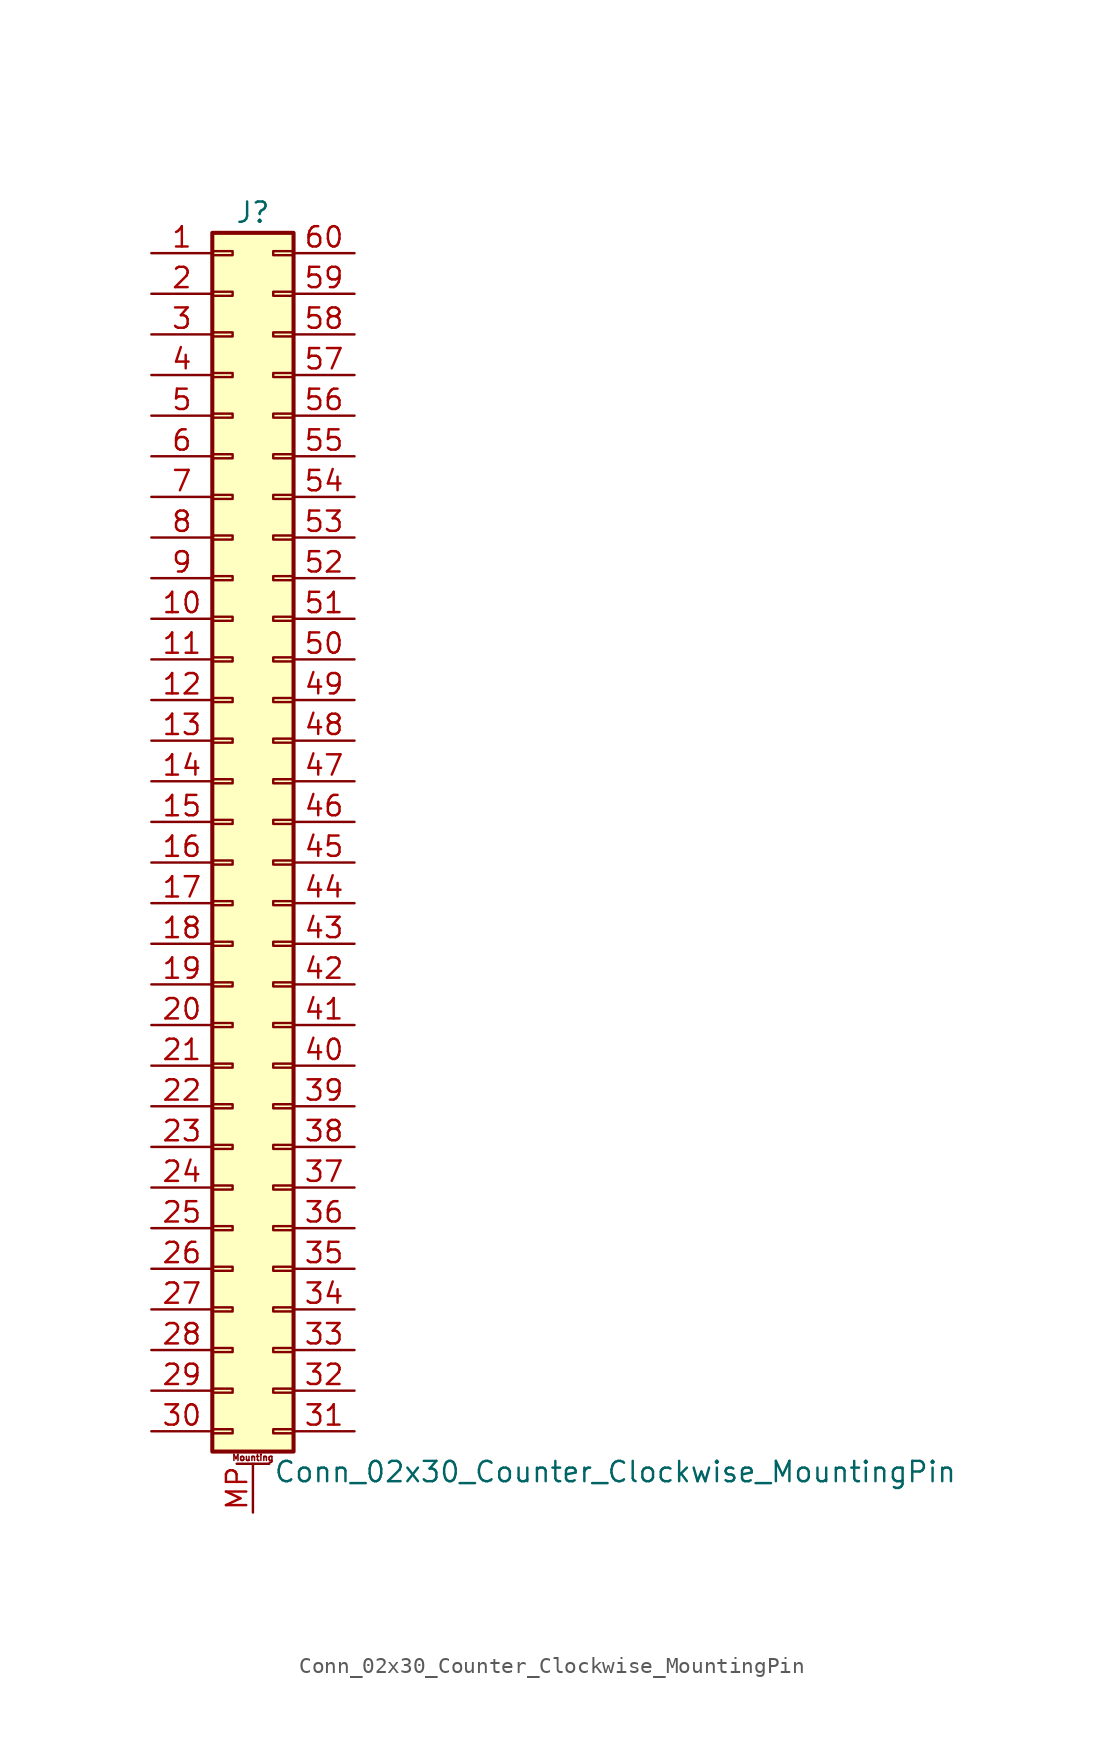
<source format=kicad_sym>
(kicad_symbol_lib
  (version 20201005)
  (generator kicad_symbol_editor)
  (symbol "Conn_02x30_Counter_Clockwise_MountingPin"
    (pin_names
      (offset 1.016) hide)
    (property "Reference" "J"
      (at 1.27 38.1 0)
      (effects (font (size 1.27 1.27))))
    (property "Value" "Conn_02x30_Counter_Clockwise_MountingPin"
      (at 2.54 -40.64 0)
      (effects (font (size 1.27 1.27)) (justify left)))
    (symbol "Conn_02x30_Counter_Clockwise_MountingPin_1_1"
      (text "Mounting" (at 1.27 -39.751 0) (effects (font (size 0.381 0.381))))
      (rectangle (start -1.27 -37.973) (end 0 -38.227) (stroke (width 0.152)) (fill (type none)))
      (rectangle (start -1.27 -35.433) (end 0 -35.687) (stroke (width 0.152)) (fill (type none)))
      (rectangle (start -1.27 -32.893) (end 0 -33.147) (stroke (width 0.152)) (fill (type none)))
      (rectangle (start -1.27 -30.353) (end 0 -30.607) (stroke (width 0.152)) (fill (type none)))
      (rectangle (start -1.27 -27.813) (end 0 -28.067) (stroke (width 0.152)) (fill (type none)))
      (rectangle (start -1.27 -25.273) (end 0 -25.527) (stroke (width 0.152)) (fill (type none)))
      (rectangle (start -1.27 -22.733) (end 0 -22.987) (stroke (width 0.152)) (fill (type none)))
      (rectangle (start -1.27 -20.193) (end 0 -20.447) (stroke (width 0.152)) (fill (type none)))
      (rectangle (start -1.27 -17.653) (end 0 -17.907) (stroke (width 0.152)) (fill (type none)))
      (rectangle (start -1.27 -15.113) (end 0 -15.367) (stroke (width 0.152)) (fill (type none)))
      (rectangle (start -1.27 -12.573) (end 0 -12.827) (stroke (width 0.152)) (fill (type none)))
      (rectangle (start -1.27 -10.033) (end 0 -10.287) (stroke (width 0.152)) (fill (type none)))
      (rectangle (start -1.27 -7.493) (end 0 -7.747) (stroke (width 0.152)) (fill (type none)))
      (rectangle (start -1.27 -4.953) (end 0 -5.207) (stroke (width 0.152)) (fill (type none)))
      (rectangle (start -1.27 -2.413) (end 0 -2.667) (stroke (width 0.152)) (fill (type none)))
      (rectangle (start -1.27 0.127) (end 0 -0.127) (stroke (width 0.152)) (fill (type none)))
      (rectangle (start -1.27 2.667) (end 0 2.413) (stroke (width 0.152)) (fill (type none)))
      (rectangle (start -1.27 5.207) (end 0 4.953) (stroke (width 0.152)) (fill (type none)))
      (rectangle (start -1.27 7.747) (end 0 7.493) (stroke (width 0.152)) (fill (type none)))
      (rectangle (start -1.27 10.287) (end 0 10.033) (stroke (width 0.152)) (fill (type none)))
      (rectangle (start -1.27 12.827) (end 0 12.573) (stroke (width 0.152)) (fill (type none)))
      (rectangle (start -1.27 15.367) (end 0 15.113) (stroke (width 0.152)) (fill (type none)))
      (rectangle (start -1.27 17.907) (end 0 17.653) (stroke (width 0.152)) (fill (type none)))
      (rectangle (start -1.27 20.447) (end 0 20.193) (stroke (width 0.152)) (fill (type none)))
      (rectangle (start -1.27 22.987) (end 0 22.733) (stroke (width 0.152)) (fill (type none)))
      (rectangle (start -1.27 25.527) (end 0 25.273) (stroke (width 0.152)) (fill (type none)))
      (rectangle (start -1.27 28.067) (end 0 27.813) (stroke (width 0.152)) (fill (type none)))
      (rectangle (start -1.27 30.607) (end 0 30.353) (stroke (width 0.152)) (fill (type none)))
      (rectangle (start -1.27 33.147) (end 0 32.893) (stroke (width 0.152)) (fill (type none)))
      (rectangle (start -1.27 35.687) (end 0 35.433) (stroke (width 0.152)) (fill (type none)))
      (rectangle (start -1.27 36.83) (end 3.81 -39.37) (stroke (width 0.254)) (fill (type background)))
      (rectangle (start 3.81 -37.973) (end 2.54 -38.227) (stroke (width 0.152)) (fill (type none)))
      (rectangle (start 3.81 -35.433) (end 2.54 -35.687) (stroke (width 0.152)) (fill (type none)))
      (rectangle (start 3.81 -32.893) (end 2.54 -33.147) (stroke (width 0.152)) (fill (type none)))
      (rectangle (start 3.81 -30.353) (end 2.54 -30.607) (stroke (width 0.152)) (fill (type none)))
      (rectangle (start 3.81 -27.813) (end 2.54 -28.067) (stroke (width 0.152)) (fill (type none)))
      (rectangle (start 3.81 -25.273) (end 2.54 -25.527) (stroke (width 0.152)) (fill (type none)))
      (rectangle (start 3.81 -22.733) (end 2.54 -22.987) (stroke (width 0.152)) (fill (type none)))
      (rectangle (start 3.81 -20.193) (end 2.54 -20.447) (stroke (width 0.152)) (fill (type none)))
      (rectangle (start 3.81 -17.653) (end 2.54 -17.907) (stroke (width 0.152)) (fill (type none)))
      (rectangle (start 3.81 -15.113) (end 2.54 -15.367) (stroke (width 0.152)) (fill (type none)))
      (rectangle (start 3.81 -12.573) (end 2.54 -12.827) (stroke (width 0.152)) (fill (type none)))
      (rectangle (start 3.81 -10.033) (end 2.54 -10.287) (stroke (width 0.152)) (fill (type none)))
      (rectangle (start 3.81 -7.493) (end 2.54 -7.747) (stroke (width 0.152)) (fill (type none)))
      (rectangle (start 3.81 -4.953) (end 2.54 -5.207) (stroke (width 0.152)) (fill (type none)))
      (rectangle (start 3.81 -2.413) (end 2.54 -2.667) (stroke (width 0.152)) (fill (type none)))
      (rectangle (start 3.81 0.127) (end 2.54 -0.127) (stroke (width 0.152)) (fill (type none)))
      (rectangle (start 3.81 2.667) (end 2.54 2.413) (stroke (width 0.152)) (fill (type none)))
      (rectangle (start 3.81 5.207) (end 2.54 4.953) (stroke (width 0.152)) (fill (type none)))
      (rectangle (start 3.81 7.747) (end 2.54 7.493) (stroke (width 0.152)) (fill (type none)))
      (rectangle (start 3.81 10.287) (end 2.54 10.033) (stroke (width 0.152)) (fill (type none)))
      (rectangle (start 3.81 12.827) (end 2.54 12.573) (stroke (width 0.152)) (fill (type none)))
      (rectangle (start 3.81 15.367) (end 2.54 15.113) (stroke (width 0.152)) (fill (type none)))
      (rectangle (start 3.81 17.907) (end 2.54 17.653) (stroke (width 0.152)) (fill (type none)))
      (rectangle (start 3.81 20.447) (end 2.54 20.193) (stroke (width 0.152)) (fill (type none)))
      (rectangle (start 3.81 22.987) (end 2.54 22.733) (stroke (width 0.152)) (fill (type none)))
      (rectangle (start 3.81 25.527) (end 2.54 25.273) (stroke (width 0.152)) (fill (type none)))
      (rectangle (start 3.81 28.067) (end 2.54 27.813) (stroke (width 0.152)) (fill (type none)))
      (rectangle (start 3.81 30.607) (end 2.54 30.353) (stroke (width 0.152)) (fill (type none)))
      (rectangle (start 3.81 33.147) (end 2.54 32.893) (stroke (width 0.152)) (fill (type none)))
      (rectangle (start 3.81 35.687) (end 2.54 35.433) (stroke (width 0.152)) (fill (type none)))
      (polyline (pts (xy 0.254 -40.132) (xy 2.286 -40.132)) (stroke (width 0.152)) (fill (type none)))
      (pin passive line (at -5.08 35.56 0) (length 3.81) (name "Pin_1" (effects (font (size 1.27 1.27)))) (number "1" (effects (font (size 1.27 1.27)))))
      (pin passive line (at -5.08 12.7 0) (length 3.81) (name "Pin_10" (effects (font (size 1.27 1.27)))) (number "10" (effects (font (size 1.27 1.27)))))
      (pin passive line (at -5.08 10.16 0) (length 3.81) (name "Pin_11" (effects (font (size 1.27 1.27)))) (number "11" (effects (font (size 1.27 1.27)))))
      (pin passive line (at -5.08 7.62 0) (length 3.81) (name "Pin_12" (effects (font (size 1.27 1.27)))) (number "12" (effects (font (size 1.27 1.27)))))
      (pin passive line (at -5.08 5.08 0) (length 3.81) (name "Pin_13" (effects (font (size 1.27 1.27)))) (number "13" (effects (font (size 1.27 1.27)))))
      (pin passive line (at -5.08 2.54 0) (length 3.81) (name "Pin_14" (effects (font (size 1.27 1.27)))) (number "14" (effects (font (size 1.27 1.27)))))
      (pin passive line (at -5.08 0 0) (length 3.81) (name "Pin_15" (effects (font (size 1.27 1.27)))) (number "15" (effects (font (size 1.27 1.27)))))
      (pin passive line (at -5.08 -2.54 0) (length 3.81) (name "Pin_16" (effects (font (size 1.27 1.27)))) (number "16" (effects (font (size 1.27 1.27)))))
      (pin passive line (at -5.08 -5.08 0) (length 3.81) (name "Pin_17" (effects (font (size 1.27 1.27)))) (number "17" (effects (font (size 1.27 1.27)))))
      (pin passive line (at -5.08 -7.62 0) (length 3.81) (name "Pin_18" (effects (font (size 1.27 1.27)))) (number "18" (effects (font (size 1.27 1.27)))))
      (pin passive line (at -5.08 -10.16 0) (length 3.81) (name "Pin_19" (effects (font (size 1.27 1.27)))) (number "19" (effects (font (size 1.27 1.27)))))
      (pin passive line (at -5.08 33.02 0) (length 3.81) (name "Pin_2" (effects (font (size 1.27 1.27)))) (number "2" (effects (font (size 1.27 1.27)))))
      (pin passive line (at -5.08 -12.7 0) (length 3.81) (name "Pin_20" (effects (font (size 1.27 1.27)))) (number "20" (effects (font (size 1.27 1.27)))))
      (pin passive line (at -5.08 -15.24 0) (length 3.81) (name "Pin_21" (effects (font (size 1.27 1.27)))) (number "21" (effects (font (size 1.27 1.27)))))
      (pin passive line (at -5.08 -17.78 0) (length 3.81) (name "Pin_22" (effects (font (size 1.27 1.27)))) (number "22" (effects (font (size 1.27 1.27)))))
      (pin passive line (at -5.08 -20.32 0) (length 3.81) (name "Pin_23" (effects (font (size 1.27 1.27)))) (number "23" (effects (font (size 1.27 1.27)))))
      (pin passive line (at -5.08 -22.86 0) (length 3.81) (name "Pin_24" (effects (font (size 1.27 1.27)))) (number "24" (effects (font (size 1.27 1.27)))))
      (pin passive line (at -5.08 -25.4 0) (length 3.81) (name "Pin_25" (effects (font (size 1.27 1.27)))) (number "25" (effects (font (size 1.27 1.27)))))
      (pin passive line (at -5.08 -27.94 0) (length 3.81) (name "Pin_26" (effects (font (size 1.27 1.27)))) (number "26" (effects (font (size 1.27 1.27)))))
      (pin passive line (at -5.08 -30.48 0) (length 3.81) (name "Pin_27" (effects (font (size 1.27 1.27)))) (number "27" (effects (font (size 1.27 1.27)))))
      (pin passive line (at -5.08 -33.02 0) (length 3.81) (name "Pin_28" (effects (font (size 1.27 1.27)))) (number "28" (effects (font (size 1.27 1.27)))))
      (pin passive line (at -5.08 -35.56 0) (length 3.81) (name "Pin_29" (effects (font (size 1.27 1.27)))) (number "29" (effects (font (size 1.27 1.27)))))
      (pin passive line (at -5.08 30.48 0) (length 3.81) (name "Pin_3" (effects (font (size 1.27 1.27)))) (number "3" (effects (font (size 1.27 1.27)))))
      (pin passive line (at -5.08 -38.1 0) (length 3.81) (name "Pin_30" (effects (font (size 1.27 1.27)))) (number "30" (effects (font (size 1.27 1.27)))))
      (pin passive line (at 7.62 -38.1 180) (length 3.81) (name "Pin_31" (effects (font (size 1.27 1.27)))) (number "31" (effects (font (size 1.27 1.27)))))
      (pin passive line (at 7.62 -35.56 180) (length 3.81) (name "Pin_32" (effects (font (size 1.27 1.27)))) (number "32" (effects (font (size 1.27 1.27)))))
      (pin passive line (at 7.62 -33.02 180) (length 3.81) (name "Pin_33" (effects (font (size 1.27 1.27)))) (number "33" (effects (font (size 1.27 1.27)))))
      (pin passive line (at 7.62 -30.48 180) (length 3.81) (name "Pin_34" (effects (font (size 1.27 1.27)))) (number "34" (effects (font (size 1.27 1.27)))))
      (pin passive line (at 7.62 -27.94 180) (length 3.81) (name "Pin_35" (effects (font (size 1.27 1.27)))) (number "35" (effects (font (size 1.27 1.27)))))
      (pin passive line (at 7.62 -25.4 180) (length 3.81) (name "Pin_36" (effects (font (size 1.27 1.27)))) (number "36" (effects (font (size 1.27 1.27)))))
      (pin passive line (at 7.62 -22.86 180) (length 3.81) (name "Pin_37" (effects (font (size 1.27 1.27)))) (number "37" (effects (font (size 1.27 1.27)))))
      (pin passive line (at 7.62 -20.32 180) (length 3.81) (name "Pin_38" (effects (font (size 1.27 1.27)))) (number "38" (effects (font (size 1.27 1.27)))))
      (pin passive line (at 7.62 -17.78 180) (length 3.81) (name "Pin_39" (effects (font (size 1.27 1.27)))) (number "39" (effects (font (size 1.27 1.27)))))
      (pin passive line (at -5.08 27.94 0) (length 3.81) (name "Pin_4" (effects (font (size 1.27 1.27)))) (number "4" (effects (font (size 1.27 1.27)))))
      (pin passive line (at 7.62 -15.24 180) (length 3.81) (name "Pin_40" (effects (font (size 1.27 1.27)))) (number "40" (effects (font (size 1.27 1.27)))))
      (pin passive line (at 7.62 -12.7 180) (length 3.81) (name "Pin_41" (effects (font (size 1.27 1.27)))) (number "41" (effects (font (size 1.27 1.27)))))
      (pin passive line (at 7.62 -10.16 180) (length 3.81) (name "Pin_42" (effects (font (size 1.27 1.27)))) (number "42" (effects (font (size 1.27 1.27)))))
      (pin passive line (at 7.62 -7.62 180) (length 3.81) (name "Pin_43" (effects (font (size 1.27 1.27)))) (number "43" (effects (font (size 1.27 1.27)))))
      (pin passive line (at 7.62 -5.08 180) (length 3.81) (name "Pin_44" (effects (font (size 1.27 1.27)))) (number "44" (effects (font (size 1.27 1.27)))))
      (pin passive line (at 7.62 -2.54 180) (length 3.81) (name "Pin_45" (effects (font (size 1.27 1.27)))) (number "45" (effects (font (size 1.27 1.27)))))
      (pin passive line (at 7.62 0 180) (length 3.81) (name "Pin_46" (effects (font (size 1.27 1.27)))) (number "46" (effects (font (size 1.27 1.27)))))
      (pin passive line (at 7.62 2.54 180) (length 3.81) (name "Pin_47" (effects (font (size 1.27 1.27)))) (number "47" (effects (font (size 1.27 1.27)))))
      (pin passive line (at 7.62 5.08 180) (length 3.81) (name "Pin_48" (effects (font (size 1.27 1.27)))) (number "48" (effects (font (size 1.27 1.27)))))
      (pin passive line (at 7.62 7.62 180) (length 3.81) (name "Pin_49" (effects (font (size 1.27 1.27)))) (number "49" (effects (font (size 1.27 1.27)))))
      (pin passive line (at -5.08 25.4 0) (length 3.81) (name "Pin_5" (effects (font (size 1.27 1.27)))) (number "5" (effects (font (size 1.27 1.27)))))
      (pin passive line (at 7.62 10.16 180) (length 3.81) (name "Pin_50" (effects (font (size 1.27 1.27)))) (number "50" (effects (font (size 1.27 1.27)))))
      (pin passive line (at 7.62 12.7 180) (length 3.81) (name "Pin_51" (effects (font (size 1.27 1.27)))) (number "51" (effects (font (size 1.27 1.27)))))
      (pin passive line (at 7.62 15.24 180) (length 3.81) (name "Pin_52" (effects (font (size 1.27 1.27)))) (number "52" (effects (font (size 1.27 1.27)))))
      (pin passive line (at 7.62 17.78 180) (length 3.81) (name "Pin_53" (effects (font (size 1.27 1.27)))) (number "53" (effects (font (size 1.27 1.27)))))
      (pin passive line (at 7.62 20.32 180) (length 3.81) (name "Pin_54" (effects (font (size 1.27 1.27)))) (number "54" (effects (font (size 1.27 1.27)))))
      (pin passive line (at 7.62 22.86 180) (length 3.81) (name "Pin_55" (effects (font (size 1.27 1.27)))) (number "55" (effects (font (size 1.27 1.27)))))
      (pin passive line (at 7.62 25.4 180) (length 3.81) (name "Pin_56" (effects (font (size 1.27 1.27)))) (number "56" (effects (font (size 1.27 1.27)))))
      (pin passive line (at 7.62 27.94 180) (length 3.81) (name "Pin_57" (effects (font (size 1.27 1.27)))) (number "57" (effects (font (size 1.27 1.27)))))
      (pin passive line (at 7.62 30.48 180) (length 3.81) (name "Pin_58" (effects (font (size 1.27 1.27)))) (number "58" (effects (font (size 1.27 1.27)))))
      (pin passive line (at 7.62 33.02 180) (length 3.81) (name "Pin_59" (effects (font (size 1.27 1.27)))) (number "59" (effects (font (size 1.27 1.27)))))
      (pin passive line (at -5.08 22.86 0) (length 3.81) (name "Pin_6" (effects (font (size 1.27 1.27)))) (number "6" (effects (font (size 1.27 1.27)))))
      (pin passive line (at 7.62 35.56 180) (length 3.81) (name "Pin_60" (effects (font (size 1.27 1.27)))) (number "60" (effects (font (size 1.27 1.27)))))
      (pin passive line (at -5.08 20.32 0) (length 3.81) (name "Pin_7" (effects (font (size 1.27 1.27)))) (number "7" (effects (font (size 1.27 1.27)))))
      (pin passive line (at -5.08 17.78 0) (length 3.81) (name "Pin_8" (effects (font (size 1.27 1.27)))) (number "8" (effects (font (size 1.27 1.27)))))
      (pin passive line (at -5.08 15.24 0) (length 3.81) (name "Pin_9" (effects (font (size 1.27 1.27)))) (number "9" (effects (font (size 1.27 1.27)))))
      (pin passive line (at 1.27 -43.18 90) (length 3.048) (name "MountPin" (effects (font (size 1.27 1.27)))) (number "MP" (effects (font (size 1.27 1.27))))))))
</source>
